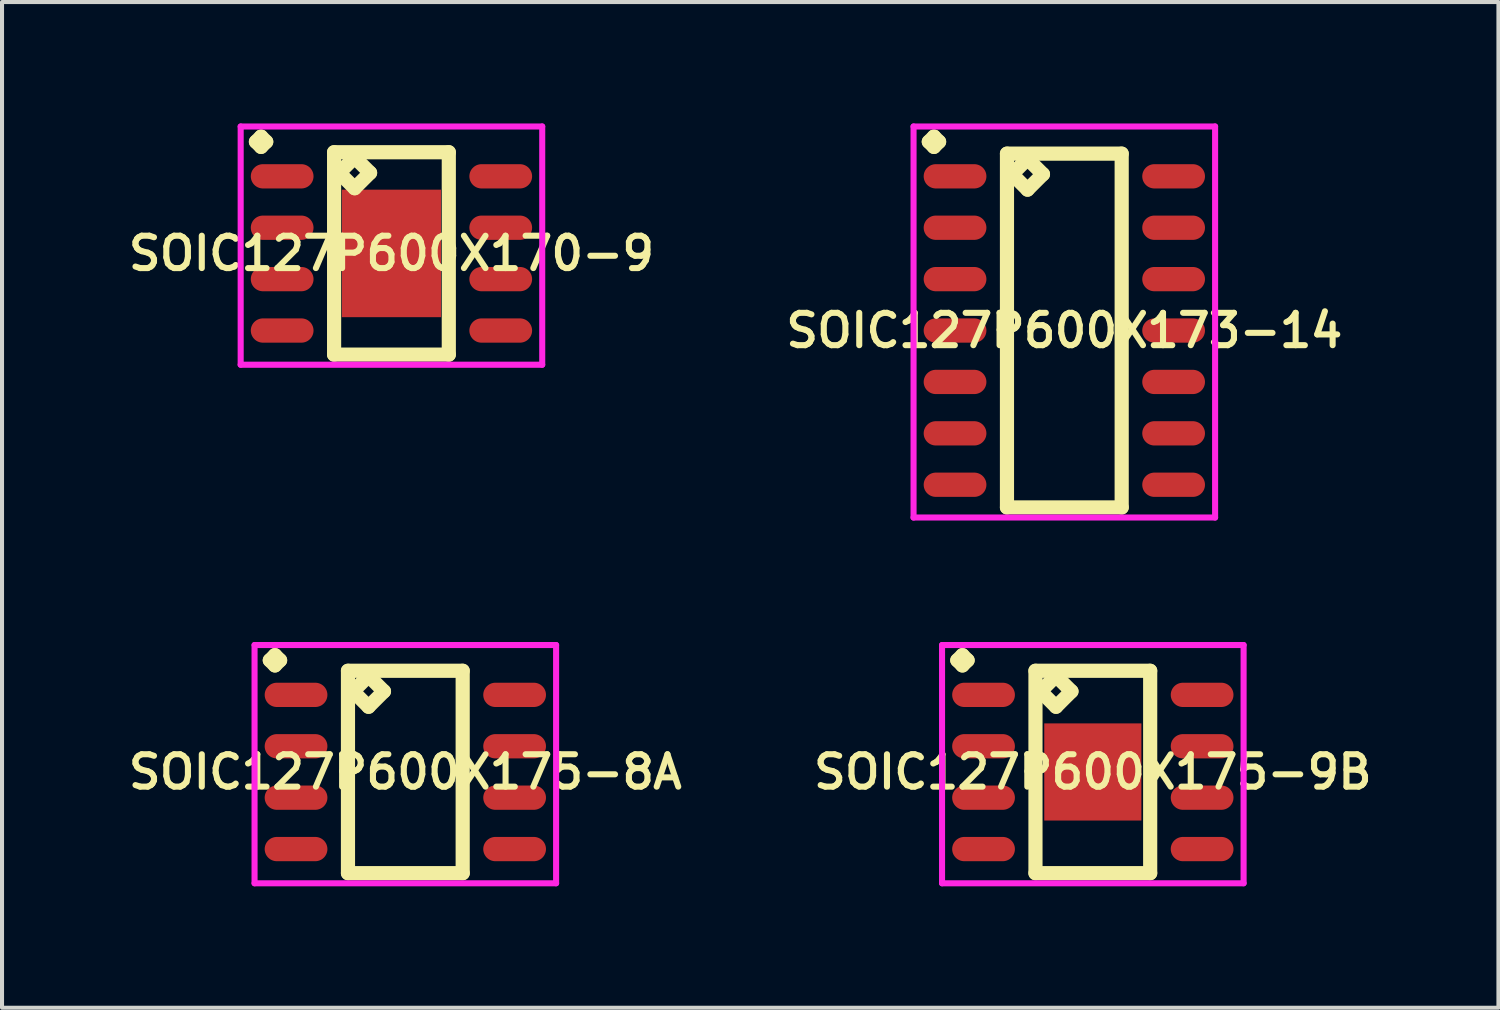
<source format=kicad_pcb>
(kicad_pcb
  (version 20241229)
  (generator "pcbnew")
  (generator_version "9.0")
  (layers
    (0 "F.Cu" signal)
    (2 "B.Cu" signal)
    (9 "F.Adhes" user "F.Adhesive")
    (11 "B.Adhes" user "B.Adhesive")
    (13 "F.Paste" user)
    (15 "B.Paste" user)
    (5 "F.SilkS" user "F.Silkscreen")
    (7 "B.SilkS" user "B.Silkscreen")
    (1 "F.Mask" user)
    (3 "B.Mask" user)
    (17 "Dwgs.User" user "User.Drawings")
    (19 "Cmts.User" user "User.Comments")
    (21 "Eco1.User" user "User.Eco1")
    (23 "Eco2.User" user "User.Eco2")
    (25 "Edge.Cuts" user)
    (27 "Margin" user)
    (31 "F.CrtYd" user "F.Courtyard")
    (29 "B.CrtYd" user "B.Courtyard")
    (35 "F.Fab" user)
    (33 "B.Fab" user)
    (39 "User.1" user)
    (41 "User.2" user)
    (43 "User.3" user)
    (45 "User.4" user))
  (footprint "SOIC127P600X175-8A"
    (layer "F.Cu")
    (at 6.964 16.022)
    (property "Reference" "SOIC127P600X175-8A" (at 0 0 0) (layer "F.SilkS") (effects (font (size 0.8 0.8) (thickness 0.15))))
    (attr smd)
    (fp_line (start -3.348 -2.759) (end -3.221 -2.886) (stroke (width 0.35) (type solid)) (layer "F.SilkS"))
    (fp_line (start -3.221 -2.886) (end -3.094 -2.759) (stroke (width 0.35) (type solid)) (layer "F.SilkS"))
    (fp_line (start -3.221 -2.632) (end -3.348 -2.759) (stroke (width 0.35) (type solid)) (layer "F.SilkS"))
    (fp_line (start -3.094 -2.759) (end -3.221 -2.632) (stroke (width 0.35) (type solid)) (layer "F.SilkS"))
    (fp_line (start -1.417 -2.5) (end -1.417 2.5) (stroke (width 0.35) (type solid)) (layer "F.SilkS"))
    (fp_line (start -1.417 2.5) (end 1.417 2.5) (stroke (width 0.35) (type solid)) (layer "F.SilkS"))
    (fp_line (start -1.29 -1.992) (end -0.909 -2.373) (stroke (width 0.35) (type solid)) (layer "F.SilkS"))
    (fp_line (start -0.909 -2.373) (end -0.528 -1.992) (stroke (width 0.35) (type solid)) (layer "F.SilkS"))
    (fp_line (start -0.909 -1.611) (end -1.29 -1.992) (stroke (width 0.35) (type solid)) (layer "F.SilkS"))
    (fp_line (start -0.528 -1.992) (end -0.909 -1.611) (stroke (width 0.35) (type solid)) (layer "F.SilkS"))
    (fp_line (start 1.417 -2.5) (end -1.417 -2.5) (stroke (width 0.35) (type solid)) (layer "F.SilkS"))
    (fp_line (start 1.417 2.5) (end 1.417 -2.5) (stroke (width 0.35) (type solid)) (layer "F.SilkS"))
    (fp_line (start -3.725 -3.136) (end 3.725 -3.136) (stroke (width 0.15) (type solid)) (layer "F.CrtYd"))
    (fp_line (start -3.725 2.75) (end -3.725 -3.136) (stroke (width 0.15) (type solid)) (layer "F.CrtYd"))
    (fp_line (start 3.725 -3.136) (end 3.725 2.75) (stroke (width 0.15) (type solid)) (layer "F.CrtYd"))
    (fp_line (start 3.725 2.75) (end -3.725 2.75) (stroke (width 0.15) (type solid)) (layer "F.CrtYd"))
    (pad "1" smd oval (at -2.7 -1.905) (size 1.55 0.6) (layers "F.Cu" "F.Mask" "F.Paste"))
    (pad "2" smd oval (at -2.7 -0.635) (size 1.55 0.6) (layers "F.Cu" "F.Mask" "F.Paste"))
    (pad "3" smd oval (at -2.7 0.635) (size 1.55 0.6) (layers "F.Cu" "F.Mask" "F.Paste"))
    (pad "4" smd oval (at -2.7 1.905) (size 1.55 0.6) (layers "F.Cu" "F.Mask" "F.Paste"))
    (pad "5" smd oval (at 2.7 1.905) (size 1.55 0.6) (layers "F.Cu" "F.Mask" "F.Paste"))
    (pad "6" smd oval (at 2.7 0.635) (size 1.55 0.6) (layers "F.Cu" "F.Mask" "F.Paste"))
    (pad "7" smd oval (at 2.7 -0.635) (size 1.55 0.6) (layers "F.Cu" "F.Mask" "F.Paste"))
    (pad "8" smd oval (at 2.7 -1.905) (size 1.55 0.6) (layers "F.Cu" "F.Mask" "F.Paste")))
  (footprint "SOIC127P600X170-9"
    (layer "F.Cu")
    (at 6.621 3.211)
    (property "Reference" "SOIC127P600X170-9" (at 0 0 0) (layer "F.SilkS") (effects (font (size 0.8 0.8) (thickness 0.15))))
    (attr smd)
    (fp_line (start -3.348 -2.759) (end -3.221 -2.886) (stroke (width 0.35) (type solid)) (layer "F.SilkS"))
    (fp_line (start -3.221 -2.886) (end -3.094 -2.759) (stroke (width 0.35) (type solid)) (layer "F.SilkS"))
    (fp_line (start -3.221 -2.632) (end -3.348 -2.759) (stroke (width 0.35) (type solid)) (layer "F.SilkS"))
    (fp_line (start -3.094 -2.759) (end -3.221 -2.632) (stroke (width 0.35) (type solid)) (layer "F.SilkS"))
    (fp_line (start -1.417 -2.5) (end -1.417 2.5) (stroke (width 0.35) (type solid)) (layer "F.SilkS"))
    (fp_line (start -1.417 2.5) (end 1.417 2.5) (stroke (width 0.35) (type solid)) (layer "F.SilkS"))
    (fp_line (start -1.29 -1.992) (end -0.909 -2.373) (stroke (width 0.35) (type solid)) (layer "F.SilkS"))
    (fp_line (start -0.909 -2.373) (end -0.528 -1.992) (stroke (width 0.35) (type solid)) (layer "F.SilkS"))
    (fp_line (start -0.909 -1.611) (end -1.29 -1.992) (stroke (width 0.35) (type solid)) (layer "F.SilkS"))
    (fp_line (start -0.528 -1.992) (end -0.909 -1.611) (stroke (width 0.35) (type solid)) (layer "F.SilkS"))
    (fp_line (start 1.417 -2.5) (end -1.417 -2.5) (stroke (width 0.35) (type solid)) (layer "F.SilkS"))
    (fp_line (start 1.417 2.5) (end 1.417 -2.5) (stroke (width 0.35) (type solid)) (layer "F.SilkS"))
    (fp_line (start -3.725 -3.136) (end 3.725 -3.136) (stroke (width 0.15) (type solid)) (layer "F.CrtYd"))
    (fp_line (start -3.725 2.75) (end -3.725 -3.136) (stroke (width 0.15) (type solid)) (layer "F.CrtYd"))
    (fp_line (start 3.725 -3.136) (end 3.725 2.75) (stroke (width 0.15) (type solid)) (layer "F.CrtYd"))
    (fp_line (start 3.725 2.75) (end -3.725 2.75) (stroke (width 0.15) (type solid)) (layer "F.CrtYd"))
    (pad "1" smd oval (at -2.7 -1.905) (size 1.55 0.6) (layers "F.Cu" "F.Mask" "F.Paste"))
    (pad "2" smd oval (at -2.7 -0.635) (size 1.55 0.6) (layers "F.Cu" "F.Mask" "F.Paste"))
    (pad "3" smd oval (at -2.7 0.635) (size 1.55 0.6) (layers "F.Cu" "F.Mask" "F.Paste"))
    (pad "4" smd oval (at -2.7 1.905) (size 1.55 0.6) (layers "F.Cu" "F.Mask" "F.Paste"))
    (pad "5" smd oval (at 2.7 1.905) (size 1.55 0.6) (layers "F.Cu" "F.Mask" "F.Paste"))
    (pad "6" smd oval (at 2.7 0.635) (size 1.55 0.6) (layers "F.Cu" "F.Mask" "F.Paste"))
    (pad "7" smd oval (at 2.7 -0.635) (size 1.55 0.6) (layers "F.Cu" "F.Mask" "F.Paste"))
    (pad "8" smd oval (at 2.7 -1.905) (size 1.55 0.6) (layers "F.Cu" "F.Mask" "F.Paste"))
    (pad "9" smd rect (at 0 0) (size 2.45 3.15) (layers "F.Cu" "F.Mask" "F.Paste")))
  (footprint "SOIC127P600X173-14"
    (layer "F.Cu")
    (at 23.245 5.116)
    (property "Reference" "SOIC127P600X173-14" (at 0 0 0) (layer "F.SilkS") (effects (font (size 0.8 0.8) (thickness 0.15))))
    (attr smd)
    (fp_line (start -3.348 -4.664) (end -3.221 -4.791) (stroke (width 0.35) (type solid)) (layer "F.SilkS"))
    (fp_line (start -3.221 -4.791) (end -3.094 -4.664) (stroke (width 0.35) (type solid)) (layer "F.SilkS"))
    (fp_line (start -3.221 -4.537) (end -3.348 -4.664) (stroke (width 0.35) (type solid)) (layer "F.SilkS"))
    (fp_line (start -3.094 -4.664) (end -3.221 -4.537) (stroke (width 0.35) (type solid)) (layer "F.SilkS"))
    (fp_line (start -1.417 -4.37) (end -1.417 4.37) (stroke (width 0.35) (type solid)) (layer "F.SilkS"))
    (fp_line (start -1.417 4.37) (end 1.417 4.37) (stroke (width 0.35) (type solid)) (layer "F.SilkS"))
    (fp_line (start -1.29 -3.862) (end -0.909 -4.243) (stroke (width 0.35) (type solid)) (layer "F.SilkS"))
    (fp_line (start -0.909 -4.243) (end -0.528 -3.862) (stroke (width 0.35) (type solid)) (layer "F.SilkS"))
    (fp_line (start -0.909 -3.481) (end -1.29 -3.862) (stroke (width 0.35) (type solid)) (layer "F.SilkS"))
    (fp_line (start -0.528 -3.862) (end -0.909 -3.481) (stroke (width 0.35) (type solid)) (layer "F.SilkS"))
    (fp_line (start 1.417 -4.37) (end -1.417 -4.37) (stroke (width 0.35) (type solid)) (layer "F.SilkS"))
    (fp_line (start 1.417 4.37) (end 1.417 -4.37) (stroke (width 0.35) (type solid)) (layer "F.SilkS"))
    (fp_line (start -3.725 -5.041) (end 3.725 -5.041) (stroke (width 0.15) (type solid)) (layer "F.CrtYd"))
    (fp_line (start -3.725 4.62) (end -3.725 -5.041) (stroke (width 0.15) (type solid)) (layer "F.CrtYd"))
    (fp_line (start 3.725 -5.041) (end 3.725 4.62) (stroke (width 0.15) (type solid)) (layer "F.CrtYd"))
    (fp_line (start 3.725 4.62) (end -3.725 4.62) (stroke (width 0.15) (type solid)) (layer "F.CrtYd"))
    (pad "1" smd oval (at -2.7 -3.81) (size 1.55 0.6) (layers "F.Cu" "F.Mask" "F.Paste"))
    (pad "2" smd oval (at -2.7 -2.54) (size 1.55 0.6) (layers "F.Cu" "F.Mask" "F.Paste"))
    (pad "3" smd oval (at -2.7 -1.27) (size 1.55 0.6) (layers "F.Cu" "F.Mask" "F.Paste"))
    (pad "4" smd oval (at -2.7 0) (size 1.55 0.6) (layers "F.Cu" "F.Mask" "F.Paste"))
    (pad "5" smd oval (at -2.7 1.27) (size 1.55 0.6) (layers "F.Cu" "F.Mask" "F.Paste"))
    (pad "6" smd oval (at -2.7 2.54) (size 1.55 0.6) (layers "F.Cu" "F.Mask" "F.Paste"))
    (pad "7" smd oval (at -2.7 3.81) (size 1.55 0.6) (layers "F.Cu" "F.Mask" "F.Paste"))
    (pad "8" smd oval (at 2.7 3.81) (size 1.55 0.6) (layers "F.Cu" "F.Mask" "F.Paste"))
    (pad "9" smd oval (at 2.7 2.54) (size 1.55 0.6) (layers "F.Cu" "F.Mask" "F.Paste"))
    (pad "10" smd oval (at 2.7 1.27) (size 1.55 0.6) (layers "F.Cu" "F.Mask" "F.Paste"))
    (pad "11" smd oval (at 2.7 0) (size 1.55 0.6) (layers "F.Cu" "F.Mask" "F.Paste"))
    (pad "12" smd oval (at 2.7 -1.27) (size 1.55 0.6) (layers "F.Cu" "F.Mask" "F.Paste"))
    (pad "13" smd oval (at 2.7 -2.54) (size 1.55 0.6) (layers "F.Cu" "F.Mask" "F.Paste"))
    (pad "14" smd oval (at 2.7 -3.81) (size 1.55 0.6) (layers "F.Cu" "F.Mask" "F.Paste")))
  (footprint "SOIC127P600X175-9B"
    (layer "F.Cu")
    (at 23.949 16.022)
    (property "Reference" "SOIC127P600X175-9B" (at 0 0 0) (layer "F.SilkS") (effects (font (size 0.8 0.8) (thickness 0.15))))
    (attr smd)
    (fp_line (start -3.348 -2.759) (end -3.221 -2.886) (stroke (width 0.35) (type solid)) (layer "F.SilkS"))
    (fp_line (start -3.221 -2.886) (end -3.094 -2.759) (stroke (width 0.35) (type solid)) (layer "F.SilkS"))
    (fp_line (start -3.221 -2.632) (end -3.348 -2.759) (stroke (width 0.35) (type solid)) (layer "F.SilkS"))
    (fp_line (start -3.094 -2.759) (end -3.221 -2.632) (stroke (width 0.35) (type solid)) (layer "F.SilkS"))
    (fp_line (start -1.417 -2.5) (end -1.417 2.5) (stroke (width 0.35) (type solid)) (layer "F.SilkS"))
    (fp_line (start -1.417 2.5) (end 1.417 2.5) (stroke (width 0.35) (type solid)) (layer "F.SilkS"))
    (fp_line (start -1.29 -1.992) (end -0.909 -2.373) (stroke (width 0.35) (type solid)) (layer "F.SilkS"))
    (fp_line (start -0.909 -2.373) (end -0.528 -1.992) (stroke (width 0.35) (type solid)) (layer "F.SilkS"))
    (fp_line (start -0.909 -1.611) (end -1.29 -1.992) (stroke (width 0.35) (type solid)) (layer "F.SilkS"))
    (fp_line (start -0.528 -1.992) (end -0.909 -1.611) (stroke (width 0.35) (type solid)) (layer "F.SilkS"))
    (fp_line (start 1.417 -2.5) (end -1.417 -2.5) (stroke (width 0.35) (type solid)) (layer "F.SilkS"))
    (fp_line (start 1.417 2.5) (end 1.417 -2.5) (stroke (width 0.35) (type solid)) (layer "F.SilkS"))
    (fp_line (start -3.725 -3.136) (end 3.725 -3.136) (stroke (width 0.15) (type solid)) (layer "F.CrtYd"))
    (fp_line (start -3.725 2.75) (end -3.725 -3.136) (stroke (width 0.15) (type solid)) (layer "F.CrtYd"))
    (fp_line (start 3.725 -3.136) (end 3.725 2.75) (stroke (width 0.15) (type solid)) (layer "F.CrtYd"))
    (fp_line (start 3.725 2.75) (end -3.725 2.75) (stroke (width 0.15) (type solid)) (layer "F.CrtYd"))
    (pad "1" smd oval (at -2.7 -1.905) (size 1.55 0.6) (layers "F.Cu" "F.Mask" "F.Paste"))
    (pad "2" smd oval (at -2.7 -0.635) (size 1.55 0.6) (layers "F.Cu" "F.Mask" "F.Paste"))
    (pad "3" smd oval (at -2.7 0.635) (size 1.55 0.6) (layers "F.Cu" "F.Mask" "F.Paste"))
    (pad "4" smd oval (at -2.7 1.905) (size 1.55 0.6) (layers "F.Cu" "F.Mask" "F.Paste"))
    (pad "5" smd oval (at 2.7 1.905) (size 1.55 0.6) (layers "F.Cu" "F.Mask" "F.Paste"))
    (pad "6" smd oval (at 2.7 0.635) (size 1.55 0.6) (layers "F.Cu" "F.Mask" "F.Paste"))
    (pad "7" smd oval (at 2.7 -0.635) (size 1.55 0.6) (layers "F.Cu" "F.Mask" "F.Paste"))
    (pad "8" smd oval (at 2.7 -1.905) (size 1.55 0.6) (layers "F.Cu" "F.Mask" "F.Paste"))
    (pad "9" smd rect (at 0 0) (size 2.4 2.4) (layers "F.Cu" "F.Mask" "F.Paste")))
  (gr_rect
    (start -3 -3)
    (end 33.97 21.847)
    (stroke (width 0.1) (type default))
    (fill no)
    (layer "Edge.Cuts")))
</source>
